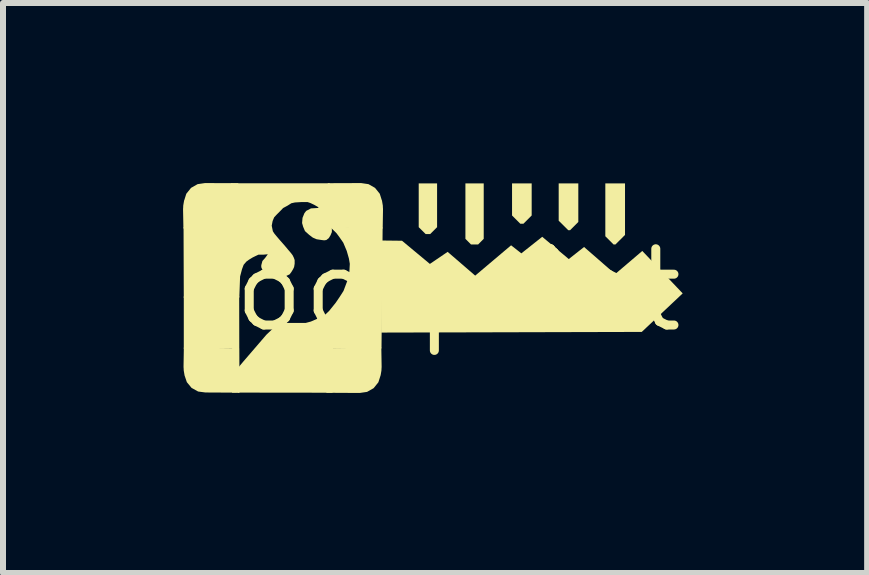
<source format=kicad_pcb>
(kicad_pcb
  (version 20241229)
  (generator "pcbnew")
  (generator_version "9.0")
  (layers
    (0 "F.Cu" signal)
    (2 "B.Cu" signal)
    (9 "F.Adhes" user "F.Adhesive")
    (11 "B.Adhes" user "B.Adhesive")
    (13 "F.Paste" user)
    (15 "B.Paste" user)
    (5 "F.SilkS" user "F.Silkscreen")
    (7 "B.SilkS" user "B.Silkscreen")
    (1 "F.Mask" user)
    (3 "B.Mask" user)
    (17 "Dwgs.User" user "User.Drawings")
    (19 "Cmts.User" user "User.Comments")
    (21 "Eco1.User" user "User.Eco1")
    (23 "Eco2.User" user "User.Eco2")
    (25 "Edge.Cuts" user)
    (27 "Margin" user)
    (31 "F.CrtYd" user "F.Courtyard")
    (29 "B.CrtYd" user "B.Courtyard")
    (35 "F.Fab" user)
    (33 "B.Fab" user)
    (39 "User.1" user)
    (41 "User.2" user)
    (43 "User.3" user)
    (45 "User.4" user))
  (footprint "footprint"
    (layer "F.Cu")
    (at 4.217 1.785)
    (property "Reference" "footprint" (at 0 0 0) (layer "F.SilkS") (effects (font (size 1.27 1.27) (thickness 0.15))))
    (fp_poly (pts (xy 0.015 -1.05) (xy -0.1 -0.935) (xy -0.175 -0.935) (xy -0.291 -1.05) (xy -0.291 -1.78) (xy 0.015 -1.78)) (stroke (width 0) (type solid)) (fill yes) (layer "F.SilkS"))
    (fp_poly (pts (xy 0.792 -0.856) (xy 0.699 -0.762) (xy 0.58 -0.762) (xy 0.487 -0.856) (xy 0.487 -1.78) (xy 0.792 -1.78)) (stroke (width 0) (type solid)) (fill yes) (layer "F.SilkS"))
    (fp_poly (pts (xy 1.591 -1.245) (xy 1.454 -1.108) (xy 1.401 -1.108) (xy 1.264 -1.245) (xy 1.264 -1.78) (xy 1.591 -1.78)) (stroke (width 0) (type solid)) (fill yes) (layer "F.SilkS"))
    (fp_poly (pts (xy 2.368 -1.137) (xy 2.231 -1) (xy 2.2 -1) (xy 2.041 -1.158) (xy 2.041 -1.78) (xy 2.368 -1.78)) (stroke (width 0) (type solid)) (fill yes) (layer "F.SilkS"))
    (fp_poly (pts (xy 3.146 -0.921) (xy 2.987 -0.762) (xy 2.955 -0.762) (xy 2.818 -0.899) (xy 2.818 -1.78) (xy 3.146 -1.78)) (stroke (width 0) (type solid)) (fill yes) (layer "F.SilkS"))
    (fp_poly (pts (xy -3.28 1.259) (xy -3.274 1.704) (xy -3.401 1.707) (xy -3.4 0.969) (xy -4.205 0.977) (xy -4.205 0.102) (xy -3.282 0.098)) (stroke (width 0) (type solid)) (fill yes) (layer "F.SilkS"))
    (fp_poly (pts (xy -0.909 1.265) (xy -0.909 1.265) (xy -0.909 1.269) (xy -0.909 1.29) (xy -0.91 1.29) (xy -0.912 1.337) (xy -0.925 1.415) (xy -0.963 1.534) (xy -1.042 1.632) (xy -1.151 1.694) (xy -1.274 1.712) (xy -1.829 1.709) (xy -1.834 0.968) (xy -0.914 0.955)) (stroke (width 0) (type solid)) (fill yes) (layer "F.SilkS"))
    (fp_poly (pts (xy -3.297 -1.783) (xy -3.292 -1.042) (xy -4.211 -1.029) (xy -4.217 -1.339) (xy -4.217 -1.339) (xy -4.217 -1.343) (xy -4.217 -1.364) (xy -4.216 -1.363) (xy -4.214 -1.411) (xy -4.199 -1.499) (xy -4.197 -1.499) (xy -4.163 -1.607) (xy -4.084 -1.705) (xy -3.975 -1.767) (xy -3.852 -1.785)) (stroke (width 0) (type solid)) (fill yes) (layer "F.SilkS"))
    (fp_poly (pts (xy -3.284 0.968) (xy -3.282 1.707) (xy -3.844 1.704) (xy -3.966 1.688) (xy -4.075 1.628) (xy -4.154 1.532) (xy -4.19 1.426) (xy -4.191 1.426) (xy -4.206 1.337) (xy -4.208 1.29) (xy -4.209 1.29) (xy -4.209 1.269) (xy -4.209 1.265) (xy -4.209 1.265) (xy -4.204 0.955)) (stroke (width 0) (type solid)) (fill yes) (layer "F.SilkS"))
    (fp_poly (pts (xy -1.128 -1.767) (xy -1.019 -1.705) (xy -0.94 -1.607) (xy -0.906 -1.499) (xy -0.904 -1.499) (xy -0.889 -1.411) (xy -0.887 -1.363) (xy -0.886 -1.364) (xy -0.886 -1.343) (xy -0.886 -1.339) (xy -0.886 -1.339) (xy -0.891 -1.029) (xy -1.811 -1.042) (xy -1.806 -1.783) (xy -1.251 -1.785)) (stroke (width 0) (type solid)) (fill yes) (layer "F.SilkS"))
    (fp_poly (pts (xy 2.209 -0.519) (xy 2.464 -0.72) (xy 2.982 -0.269) (xy 3.434 -0.654) (xy 4.107 0.053) (xy 3.425 0.695) (xy -0.917 0.706) (xy -0.921 -0.828) (xy -0.569 -0.824) (xy -0.105 -0.438) (xy 0.191 -0.639) (xy 0.65 -0.243) (xy 1.248 -0.748) (xy 1.419 -0.614) (xy 1.767 -0.89)) (stroke (width 0) (type solid)) (fill yes) (layer "F.SilkS"))
    (fp_poly (pts (xy -1.275 -1.039) (xy -0.892 -1.044) (xy -0.911 0.969) (xy -1.719 0.974) (xy -1.727 1.708) (xy -3.303 1.706) (xy -3.3 1.292) (xy -3.211 1.186) (xy -2.828 0.741) (xy -2.746 0.663) (xy -2.688 0.61) (xy -2.589 0.559) (xy -2.543 0.545) (xy -2.173 0.545) (xy -2.087 0.522) (xy -1.945 0.46) (xy -1.87 0.428) (xy -1.781 0.342) (xy -1.674 0.209) (xy -1.608 0.112) (xy -1.544 0.012) (xy -1.512 -0.073) (xy -1.469 -0.187) (xy -1.446 -0.312) (xy -1.439 -0.439) (xy -1.454 -0.528) (xy -1.49 -0.654) (xy -1.548 -0.792) (xy -1.612 -0.884) (xy -1.661 -0.95) (xy -1.711 -0.999) (xy -1.782 -1.068)) (stroke (width 0) (type solid)) (fill yes) (layer "F.SilkS"))
    (fp_poly (pts (xy -1.738 -1.012) (xy -1.738 -0.969) (xy -1.761 -0.914) (xy -1.789 -0.868) (xy -1.83 -0.836) (xy -1.867 -0.831) (xy -1.908 -0.836) (xy -1.992 -0.849) (xy -2.055 -0.876) (xy -2.117 -0.923) (xy -2.186 -0.985) (xy -2.216 -1.056) (xy -2.234 -1.119) (xy -2.227 -1.205) (xy -2.195 -1.284) (xy -2.165 -1.322) (xy -2.086 -1.363) (xy -1.957 -1.371) (xy -1.974 -1.389) (xy -2.031 -1.422) (xy -2.094 -1.452) (xy -2.141 -1.468) (xy -2.253 -1.468) (xy -2.353 -1.462) (xy -2.413 -1.449) (xy -2.476 -1.409) (xy -2.55 -1.369) (xy -2.605 -1.312) (xy -2.657 -1.26) (xy -2.699 -1.215) (xy -2.725 -1.153) (xy -2.74 -1.075) (xy -2.721 -0.982) (xy -2.695 -0.942) (xy -2.656 -0.895) (xy -2.605 -0.835) (xy -2.553 -0.776) (xy -2.501 -0.716) (xy -2.469 -0.677) (xy -2.421 -0.621) (xy -2.392 -0.583) (xy -2.372 -0.542) (xy -2.358 -0.503) (xy -2.358 -0.441) (xy -2.367 -0.387) (xy -2.383 -0.352) (xy -2.412 -0.304) (xy -2.442 -0.264) (xy -2.506 -0.234) (xy -2.556 -0.223) (xy -2.662 -0.218) (xy -2.756 -0.234) (xy -2.79 -0.247) (xy -2.825 -0.268) (xy -2.869 -0.313) (xy -2.899 -0.347) (xy -2.914 -0.384) (xy -2.914 -0.416) (xy -2.895 -0.487) (xy -2.851 -0.536) (xy -2.805 -0.599) (xy -2.879 -0.592) (xy -2.961 -0.592) (xy -3.01 -0.569) (xy -3.057 -0.546) (xy -3.121 -0.507) (xy -3.163 -0.476) (xy -3.208 -0.423) (xy -3.235 -0.35) (xy -3.267 -0.229) (xy -3.28 0.123) (xy -4.205 0.13) (xy -4.209 -1.048) (xy -3.413 -1.055) (xy -3.419 -1.782) (xy -1.773 -1.782)) (stroke (width 0) (type solid)) (fill yes) (layer "F.SilkS")))
  (gr_rect
    (start -3 -3)
    (end 11.397 6.497)
    (stroke (width 0.1) (type default))
    (fill no)
    (layer "Edge.Cuts")))
</source>
